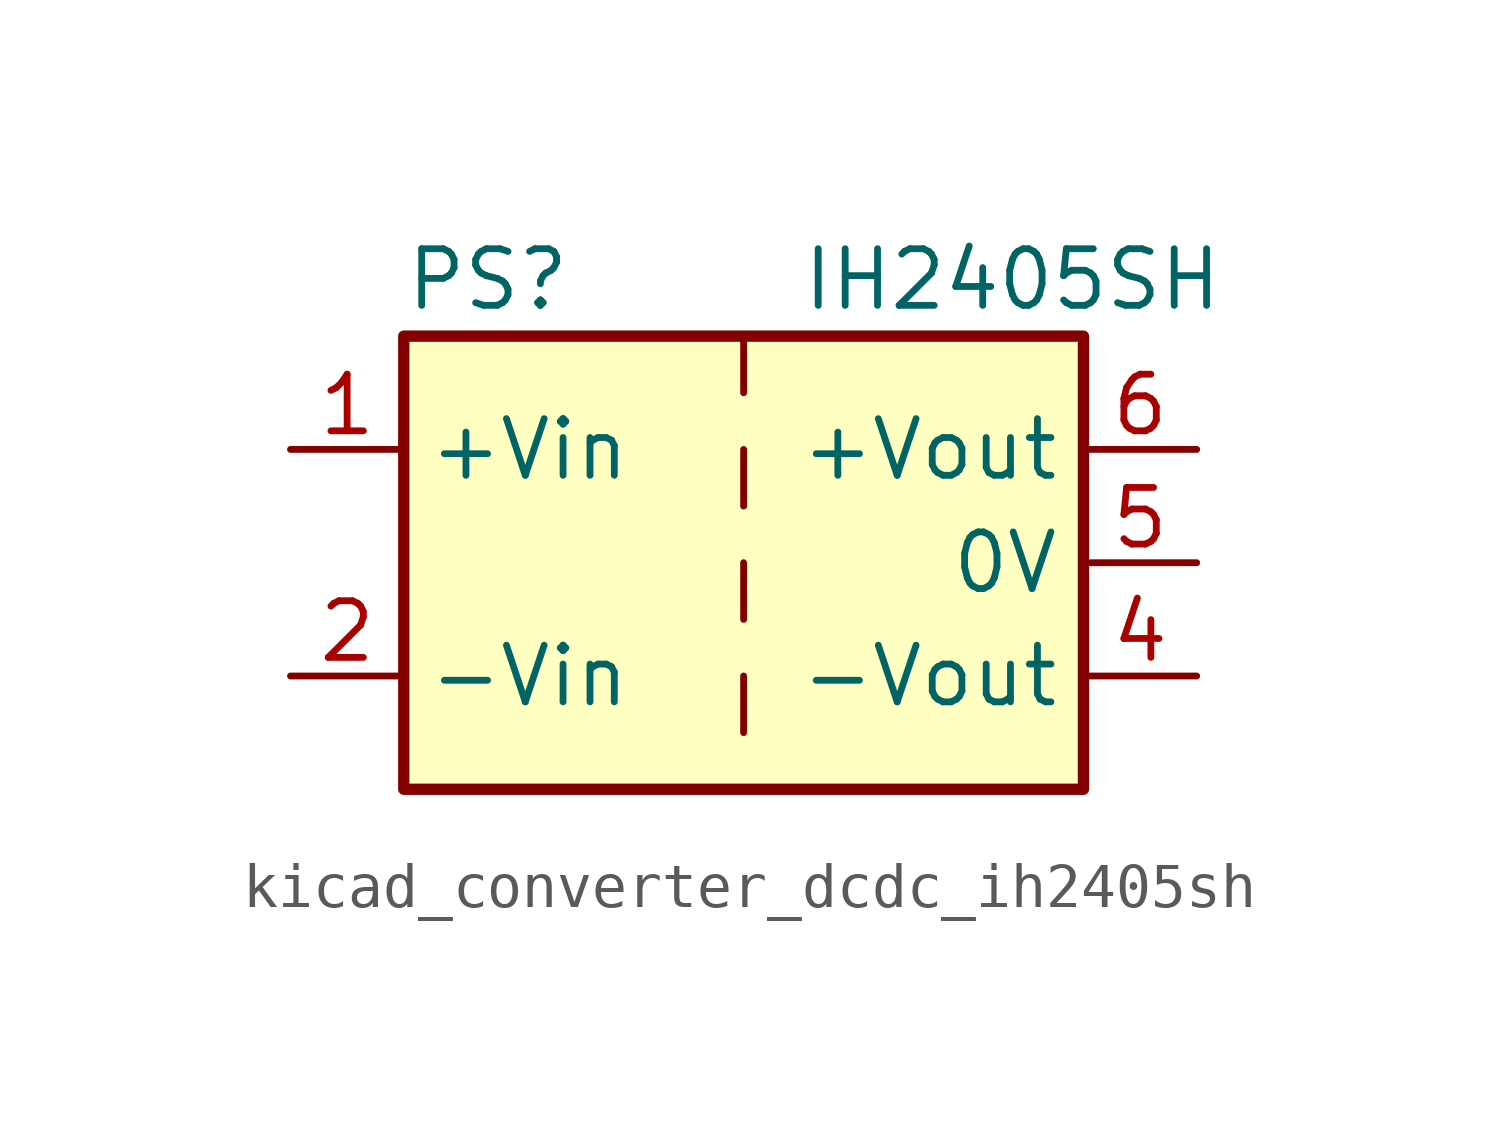
<source format=kicad_sym>
(kicad_symbol_lib
  (version 20220914)
  (generator kicad_symbol_editor)
  (symbol "kicad_converter_dcdc_ih2405sh"
    (property "Reference" "PS"
      (at -7.62 6.35 0)
      (effects (font (size 1.27 1.27)) (justify left)))
    (property "Value" "IH2405SH"
      (at 1.27 6.35 0)
      (effects (font (size 1.27 1.27)) (justify left)))
    (symbol "kicad_converter_dcdc_ih2405sh_0_0"
      (pin power_in line (at -10.16 2.54 0) (length 2.54) (name "+Vin" (effects (font (size 1.27 1.27)))) (number "1" (effects (font (size 1.27 1.27)))))
      (pin power_in line (at -10.16 -2.54 0) (length 2.54) (name "-Vin" (effects (font (size 1.27 1.27)))) (number "2" (effects (font (size 1.27 1.27)))))
      (pin power_out line (at 10.16 -2.54 180) (length 2.54) (name "-Vout" (effects (font (size 1.27 1.27)))) (number "4" (effects (font (size 1.27 1.27)))))
      (pin power_out line (at 10.16 0 180) (length 2.54) (name "0V" (effects (font (size 1.27 1.27)))) (number "5" (effects (font (size 1.27 1.27)))))
      (pin power_out line (at 10.16 2.54 180) (length 2.54) (name "+Vout" (effects (font (size 1.27 1.27)))) (number "6" (effects (font (size 1.27 1.27))))))
    (symbol "kicad_converter_dcdc_ih2405sh_0_1"
      (rectangle (start -7.62 5.08) (end 7.62 -5.08) (stroke (width 0.254) (type default)) (fill (type background)))
      (polyline (pts (xy 0 -2.54) (xy 0 -3.81)) (stroke (width 0) (type default)) (fill (type none)))
      (polyline (pts (xy 0 0) (xy 0 -1.27)) (stroke (width 0) (type default)) (fill (type none)))
      (polyline (pts (xy 0 2.54) (xy 0 1.27)) (stroke (width 0) (type default)) (fill (type none)))
      (polyline (pts (xy 0 5.08) (xy 0 3.81)) (stroke (width 0) (type default)) (fill (type none))))))
</source>
